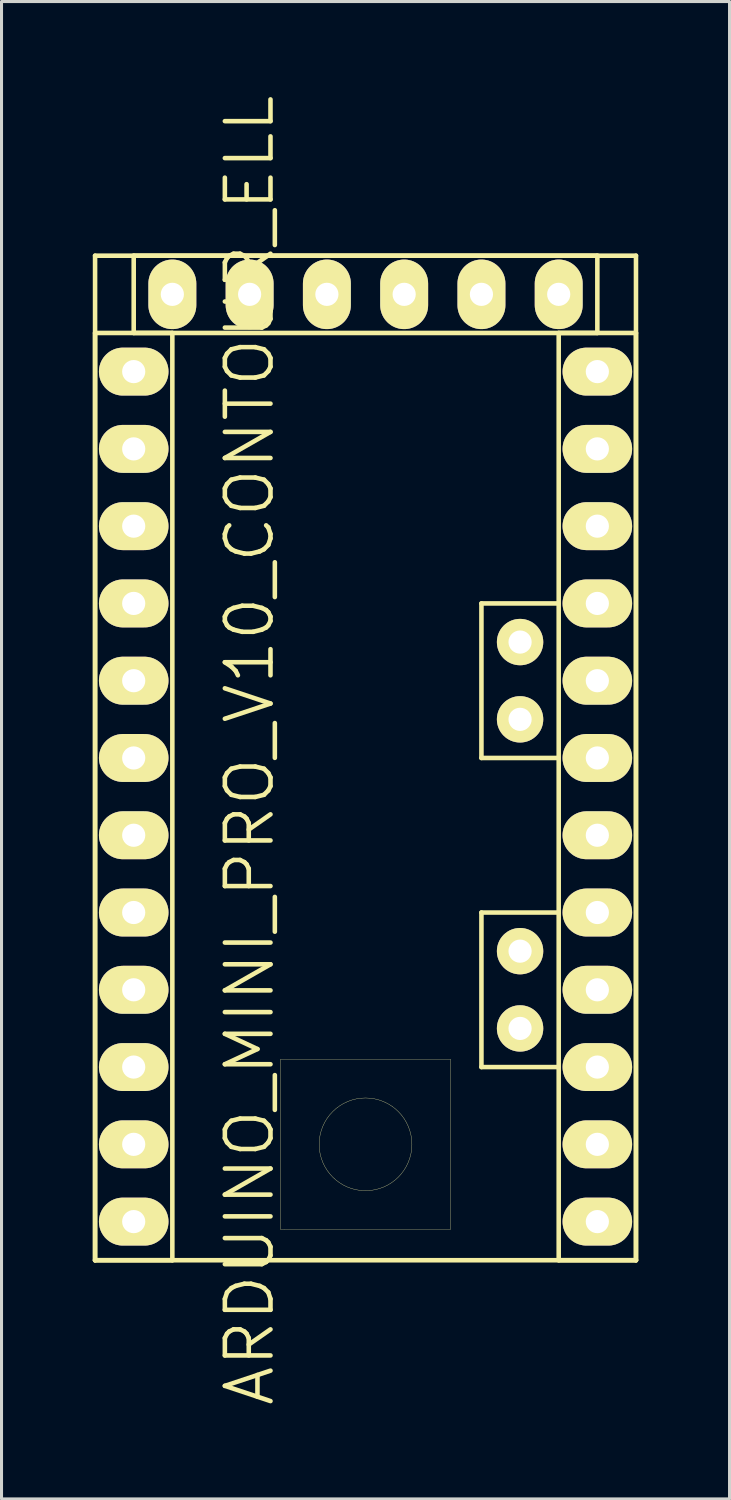
<source format=kicad_pcb>
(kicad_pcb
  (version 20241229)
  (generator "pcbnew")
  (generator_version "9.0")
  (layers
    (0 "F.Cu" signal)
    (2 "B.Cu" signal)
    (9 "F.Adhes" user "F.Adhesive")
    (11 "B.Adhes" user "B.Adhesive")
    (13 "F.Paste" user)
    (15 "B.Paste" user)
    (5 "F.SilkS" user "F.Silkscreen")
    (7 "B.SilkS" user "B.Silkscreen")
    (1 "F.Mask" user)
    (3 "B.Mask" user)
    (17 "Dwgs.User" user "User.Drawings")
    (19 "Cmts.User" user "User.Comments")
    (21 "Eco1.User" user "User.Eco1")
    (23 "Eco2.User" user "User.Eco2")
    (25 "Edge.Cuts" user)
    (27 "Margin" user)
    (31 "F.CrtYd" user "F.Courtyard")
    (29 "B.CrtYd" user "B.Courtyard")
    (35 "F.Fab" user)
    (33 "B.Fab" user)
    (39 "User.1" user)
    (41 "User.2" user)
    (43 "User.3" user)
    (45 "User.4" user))
  (footprint "ARDUINO_MINI_PRO_V10_CONTOUR_ELL"
    (layer "F.Cu")
    (at 8.965 21.865)
    (property "Reference" "ARDUINO_MINI_PRO_V10_CONTOUR_ELL" (at -3.81 -0.254 90) (layer "F.SilkS") (effects (font (size 1.5 1.5) (thickness 0.15))))
    (attr through_hole)
    (fp_line (start -8.89 -16.51) (end -8.89 16.51) (stroke (width 0.15) (type solid)) (layer "F.SilkS"))
    (fp_line (start -8.89 -13.97) (end -6.35 -13.97) (stroke (width 0.15) (type solid)) (layer "F.SilkS"))
    (fp_line (start -8.89 16.51) (end -8.89 -13.97) (stroke (width 0.15) (type solid)) (layer "F.SilkS"))
    (fp_line (start -8.89 16.51) (end 8.89 16.51) (stroke (width 0.15) (type solid)) (layer "F.SilkS"))
    (fp_line (start -7.62 -16.51) (end 7.62 -16.51) (stroke (width 0.15) (type solid)) (layer "F.SilkS"))
    (fp_line (start -7.62 -13.97) (end -7.62 -16.51) (stroke (width 0.15) (type solid)) (layer "F.SilkS"))
    (fp_line (start -6.35 -13.97) (end -6.35 16.51) (stroke (width 0.15) (type solid)) (layer "F.SilkS"))
    (fp_line (start -6.35 16.51) (end -8.89 16.51) (stroke (width 0.15) (type solid)) (layer "F.SilkS"))
    (fp_line (start -2.794 9.906) (end 2.794 9.906) (stroke (width 0.01) (type solid)) (layer "F.SilkS"))
    (fp_line (start -2.794 15.494) (end -2.794 9.906) (stroke (width 0.01) (type solid)) (layer "F.SilkS"))
    (fp_line (start -2.667 15.494) (end -2.794 15.494) (stroke (width 0.01) (type solid)) (layer "F.SilkS"))
    (fp_line (start 2.794 9.906) (end 2.794 15.494) (stroke (width 0.01) (type solid)) (layer "F.SilkS"))
    (fp_line (start 2.794 15.494) (end -2.667 15.494) (stroke (width 0.01) (type solid)) (layer "F.SilkS"))
    (fp_line (start 3.81 -5.08) (end 3.81 0) (stroke (width 0.15) (type solid)) (layer "F.SilkS"))
    (fp_line (start 3.81 0) (end 6.35 0) (stroke (width 0.15) (type solid)) (layer "F.SilkS"))
    (fp_line (start 3.81 5.08) (end 3.81 10.16) (stroke (width 0.15) (type solid)) (layer "F.SilkS"))
    (fp_line (start 3.81 10.16) (end 6.35 10.16) (stroke (width 0.15) (type solid)) (layer "F.SilkS"))
    (fp_line (start 6.35 -13.97) (end 6.35 16.51) (stroke (width 0.15) (type solid)) (layer "F.SilkS"))
    (fp_line (start 6.35 -5.08) (end 3.81 -5.08) (stroke (width 0.15) (type solid)) (layer "F.SilkS"))
    (fp_line (start 6.35 5.08) (end 3.81 5.08) (stroke (width 0.15) (type solid)) (layer "F.SilkS"))
    (fp_line (start 6.35 16.51) (end 8.89 16.51) (stroke (width 0.15) (type solid)) (layer "F.SilkS"))
    (fp_line (start 7.62 -16.51) (end 7.62 -13.97) (stroke (width 0.15) (type solid)) (layer "F.SilkS"))
    (fp_line (start 7.62 -13.97) (end -7.62 -13.97) (stroke (width 0.15) (type solid)) (layer "F.SilkS"))
    (fp_line (start 8.89 -16.51) (end -8.89 -16.51) (stroke (width 0.15) (type solid)) (layer "F.SilkS"))
    (fp_line (start 8.89 -13.97) (end 6.35 -13.97) (stroke (width 0.15) (type solid)) (layer "F.SilkS"))
    (fp_line (start 8.89 16.51) (end 8.89 -16.51) (stroke (width 0.15) (type solid)) (layer "F.SilkS"))
    (fp_line (start 8.89 16.51) (end 8.89 -13.97) (stroke (width 0.15) (type solid)) (layer "F.SilkS"))
    (fp_circle (center 0 12.7) (end 0 14.224) (stroke (width 0.01) (type solid)) (fill no) (layer "F.SilkS"))
    (pad "2" thru_hole oval (at -7.62 -2.54) (size 2.286 1.575) (drill 0.762) (layers "*.Cu" "*.Mask" "F.SilkS"))
    (pad "3" thru_hole oval (at -7.62 0) (size 2.286 1.575) (drill 0.762) (layers "*.Cu" "*.Mask" "F.SilkS"))
    (pad "4" thru_hole oval (at -7.62 2.54) (size 2.286 1.575) (drill 0.762) (layers "*.Cu" "*.Mask" "F.SilkS"))
    (pad "5" thru_hole oval (at -7.62 5.08) (size 2.286 1.575) (drill 0.762) (layers "*.Cu" "*.Mask" "F.SilkS"))
    (pad "6" thru_hole oval (at -7.62 7.62) (size 2.286 1.575) (drill 0.762) (layers "*.Cu" "*.Mask" "F.SilkS"))
    (pad "7" thru_hole oval (at -7.62 10.16) (size 2.286 1.575) (drill 0.762) (layers "*.Cu" "*.Mask" "F.SilkS"))
    (pad "8" thru_hole oval (at -7.62 12.7) (size 2.286 1.575) (drill 0.762) (layers "*.Cu" "*.Mask" "F.SilkS"))
    (pad "9" thru_hole oval (at -7.62 15.24) (size 2.286 1.575) (drill 0.762) (layers "*.Cu" "*.Mask" "F.SilkS"))
    (pad "10" thru_hole oval (at 7.62 15.24) (size 2.286 1.575) (drill 0.762) (layers "*.Cu" "*.Mask" "F.SilkS"))
    (pad "11" thru_hole oval (at 7.62 12.7) (size 2.286 1.575) (drill 0.762) (layers "*.Cu" "*.Mask" "F.SilkS"))
    (pad "12" thru_hole oval (at 7.62 10.16) (size 2.286 1.575) (drill 0.762) (layers "*.Cu" "*.Mask" "F.SilkS"))
    (pad "13" thru_hole oval (at 7.62 7.62) (size 2.286 1.575) (drill 0.762) (layers "*.Cu" "*.Mask" "F.SilkS"))
    (pad "A0" thru_hole oval (at 7.62 5.08) (size 2.286 1.575) (drill 0.762) (layers "*.Cu" "*.Mask" "F.SilkS"))
    (pad "A1" thru_hole oval (at 7.62 2.54) (size 2.286 1.575) (drill 0.762) (layers "*.Cu" "*.Mask" "F.SilkS"))
    (pad "A2" thru_hole oval (at 7.62 0) (size 2.286 1.575) (drill 0.762) (layers "*.Cu" "*.Mask" "F.SilkS"))
    (pad "A3" thru_hole oval (at 7.62 -2.54) (size 2.286 1.575) (drill 0.762) (layers "*.Cu" "*.Mask" "F.SilkS"))
    (pad "A4" thru_hole circle (at 5.08 -1.27) (size 1.524 1.524) (drill 0.762) (layers "*.Cu" "*.Mask" "F.SilkS"))
    (pad "A5" thru_hole circle (at 5.08 -3.81) (size 1.524 1.524) (drill 0.762) (layers "*.Cu" "*.Mask" "F.SilkS"))
    (pad "A6" thru_hole circle (at 5.08 8.89) (size 1.524 1.524) (drill 0.762) (layers "*.Cu" "*.Mask" "F.SilkS"))
    (pad "A7" thru_hole circle (at 5.08 6.35) (size 1.524 1.524) (drill 0.762) (layers "*.Cu" "*.Mask" "F.SilkS"))
    (pad "BLK" thru_hole oval (at 6.35 -15.24) (size 1.575 2.286) (drill 0.762) (layers "*.Cu" "*.Mask" "F.SilkS"))
    (pad "GND1" thru_hole oval (at 3.81 -15.24) (size 1.575 2.286) (drill 0.762) (layers "*.Cu" "*.Mask" "F.SilkS"))
    (pad "GND2" thru_hole oval (at -7.62 -5.08) (size 2.286 1.575) (drill 0.762) (layers "*.Cu" "*.Mask" "F.SilkS"))
    (pad "GND3" thru_hole oval (at 7.62 -10.16) (size 2.286 1.575) (drill 0.762) (layers "*.Cu" "*.Mask" "F.SilkS"))
    (pad "GRN" thru_hole oval (at -6.35 -15.24) (size 1.575 2.286) (drill 0.762) (layers "*.Cu" "*.Mask" "F.SilkS"))
    (pad "RAW" thru_hole oval (at 7.62 -12.7) (size 2.286 1.575) (drill 0.762) (layers "*.Cu" "*.Mask" "F.SilkS"))
    (pad "RST1" thru_hole oval (at -7.62 -7.62) (size 2.286 1.575) (drill 0.762) (layers "*.Cu" "*.Mask" "F.SilkS"))
    (pad "RST2" thru_hole oval (at 7.62 -7.62) (size 2.286 1.575) (drill 0.762) (layers "*.Cu" "*.Mask" "F.SilkS"))
    (pad "RX/1" thru_hole oval (at -1.27 -15.24) (size 1.575 2.286) (drill 0.762) (layers "*.Cu" "*.Mask" "F.SilkS"))
    (pad "RX/2" thru_hole oval (at -7.62 -10.16) (size 2.286 1.575) (drill 0.762) (layers "*.Cu" "*.Mask" "F.SilkS"))
    (pad "TX/1" thru_hole oval (at -3.81 -15.24) (size 1.575 2.286) (drill 0.762) (layers "*.Cu" "*.Mask" "F.SilkS"))
    (pad "TX/2" thru_hole oval (at -7.62 -12.7) (size 2.286 1.575) (drill 0.762) (layers "*.Cu" "*.Mask" "F.SilkS"))
    (pad "VCC1" thru_hole oval (at 1.27 -15.24) (size 1.575 2.286) (drill 0.762) (layers "*.Cu" "*.Mask" "F.SilkS"))
    (pad "VCC2" thru_hole oval (at 7.62 -5.08) (size 2.286 1.575) (drill 0.762) (layers "*.Cu" "*.Mask" "F.SilkS")))
  (gr_rect
    (start -3 -3)
    (end 20.93 46.221)
    (stroke (width 0.1) (type default))
    (fill no)
    (layer "Edge.Cuts")))
</source>
